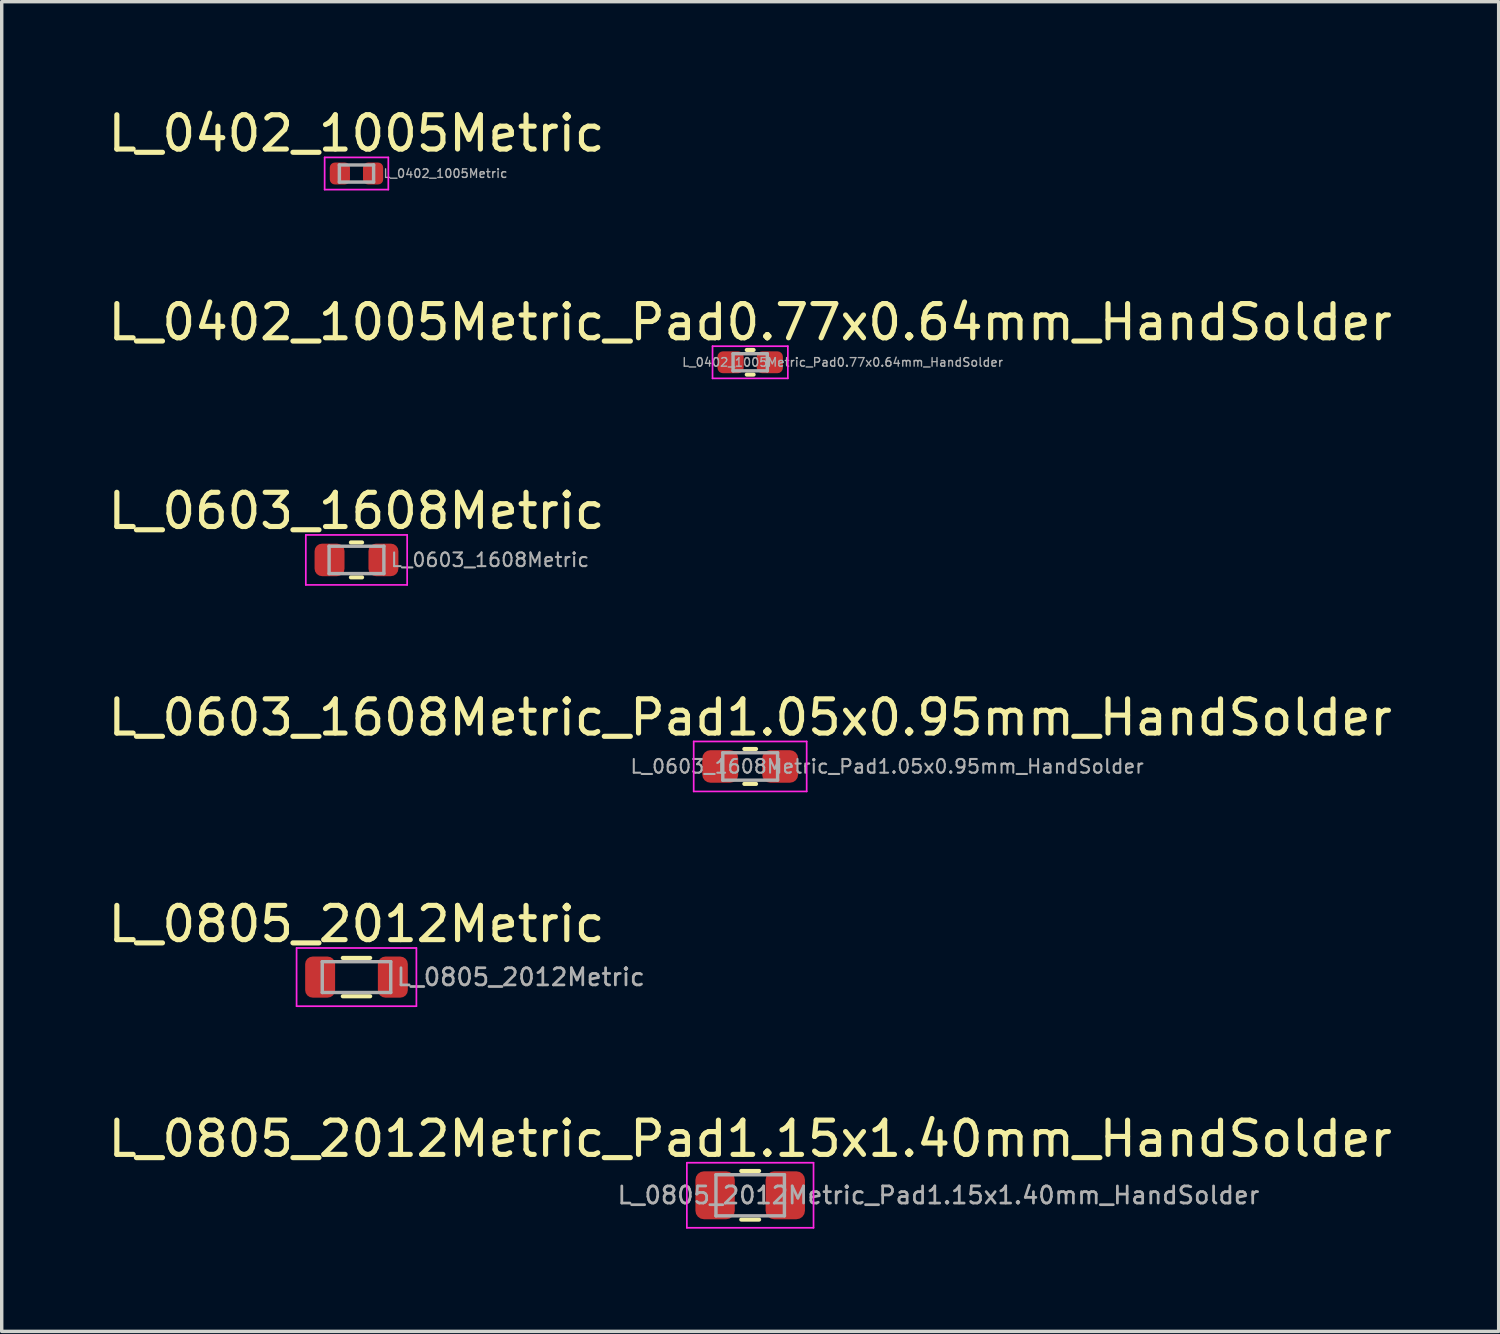
<source format=kicad_pcb>
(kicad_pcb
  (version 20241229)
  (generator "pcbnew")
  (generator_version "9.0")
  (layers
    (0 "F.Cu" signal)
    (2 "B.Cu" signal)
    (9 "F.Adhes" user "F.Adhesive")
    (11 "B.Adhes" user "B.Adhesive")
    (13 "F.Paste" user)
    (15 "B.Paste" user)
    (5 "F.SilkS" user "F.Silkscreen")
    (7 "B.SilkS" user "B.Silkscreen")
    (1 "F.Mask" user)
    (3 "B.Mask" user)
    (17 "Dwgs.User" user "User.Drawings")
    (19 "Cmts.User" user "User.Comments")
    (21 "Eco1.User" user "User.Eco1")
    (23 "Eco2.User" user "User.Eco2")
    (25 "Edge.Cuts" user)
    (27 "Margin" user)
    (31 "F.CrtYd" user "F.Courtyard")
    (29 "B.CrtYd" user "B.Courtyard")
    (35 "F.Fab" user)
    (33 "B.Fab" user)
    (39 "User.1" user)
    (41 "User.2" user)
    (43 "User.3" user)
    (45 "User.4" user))
  (footprint "L_0402_1005Metric_Pad0.77x0.64mm_HandSolder"
    (layer "F.Cu")
    (at 18.863 7.532)
    (property "Reference" "L_0402_1005Metric_Pad0.77x0.64mm_HandSolder" (at 0 -1.17 0) (layer "F.SilkS") (effects (font (size 1 1) (thickness 0.15))))
    (attr smd)
    (fp_line (start -0.1 -0.36) (end 0.1 -0.36) (stroke (width 0.12) (type solid)) (layer "F.SilkS"))
    (fp_line (start -0.1 0.36) (end 0.1 0.36) (stroke (width 0.12) (type solid)) (layer "F.SilkS"))
    (fp_line (start -1.1 -0.47) (end 1.1 -0.47) (stroke (width 0.05) (type solid)) (layer "F.CrtYd"))
    (fp_line (start -1.1 0.47) (end -1.1 -0.47) (stroke (width 0.05) (type solid)) (layer "F.CrtYd"))
    (fp_line (start 1.1 -0.47) (end 1.1 0.47) (stroke (width 0.05) (type solid)) (layer "F.CrtYd"))
    (fp_line (start 1.1 0.47) (end -1.1 0.47) (stroke (width 0.05) (type solid)) (layer "F.CrtYd"))
    (fp_line (start -0.5 -0.25) (end 0.5 -0.25) (stroke (width 0.1) (type solid)) (layer "F.Fab"))
    (fp_line (start -0.5 0.25) (end -0.5 -0.25) (stroke (width 0.1) (type solid)) (layer "F.Fab"))
    (fp_line (start 0.5 -0.25) (end 0.5 0.25) (stroke (width 0.1) (type solid)) (layer "F.Fab"))
    (fp_line (start 0.5 0.25) (end -0.5 0.25) (stroke (width 0.1) (type solid)) (layer "F.Fab"))
    (fp_text user "${REFERENCE}" (at 2.7 0 0) (layer "F.Fab") (effects (font (size 0.25 0.25) (thickness 0.04))))
    (pad "1" smd roundrect (at -0.573 0) (size 0.765 0.64) (layers "F.Cu" "F.Mask" "F.Paste") (roundrect_rratio 0.25))
    (pad "2" smd roundrect (at 0.573 0) (size 0.765 0.64) (layers "F.Cu" "F.Mask" "F.Paste") (roundrect_rratio 0.25)))
  (footprint "L_0402_1005Metric"
    (layer "F.Cu")
    (at 7.363 2.018)
    (property "Reference" "L_0402_1005Metric" (at 0 -1.17 0) (layer "F.SilkS") (effects (font (size 1 1) (thickness 0.15))))
    (attr smd)
    (fp_line (start -0.93 -0.47) (end 0.93 -0.47) (stroke (width 0.05) (type solid)) (layer "F.CrtYd"))
    (fp_line (start -0.93 0.47) (end -0.93 -0.47) (stroke (width 0.05) (type solid)) (layer "F.CrtYd"))
    (fp_line (start 0.93 -0.47) (end 0.93 0.47) (stroke (width 0.05) (type solid)) (layer "F.CrtYd"))
    (fp_line (start 0.93 0.47) (end -0.93 0.47) (stroke (width 0.05) (type solid)) (layer "F.CrtYd"))
    (fp_line (start -0.5 -0.25) (end 0.5 -0.25) (stroke (width 0.1) (type solid)) (layer "F.Fab"))
    (fp_line (start -0.5 0.25) (end -0.5 -0.25) (stroke (width 0.1) (type solid)) (layer "F.Fab"))
    (fp_line (start 0.5 -0.25) (end 0.5 0.25) (stroke (width 0.1) (type solid)) (layer "F.Fab"))
    (fp_line (start 0.5 0.25) (end -0.5 0.25) (stroke (width 0.1) (type solid)) (layer "F.Fab"))
    (fp_text user "${REFERENCE}" (at 2.6 0 0) (layer "F.Fab") (effects (font (size 0.25 0.25) (thickness 0.04))))
    (pad "1" smd roundrect (at -0.485 0) (size 0.59 0.64) (layers "F.Cu" "F.Mask" "F.Paste") (roundrect_rratio 0.25))
    (pad "2" smd roundrect (at 0.485 0) (size 0.59 0.64) (layers "F.Cu" "F.Mask" "F.Paste") (roundrect_rratio 0.25)))
  (footprint "L_0603_1608Metric"
    (layer "F.Cu")
    (at 7.363 13.305)
    (property "Reference" "L_0603_1608Metric" (at 0 -1.43 0) (layer "F.SilkS") (effects (font (size 1 1) (thickness 0.15))))
    (attr smd)
    (fp_line (start -0.163 -0.51) (end 0.163 -0.51) (stroke (width 0.12) (type solid)) (layer "F.SilkS"))
    (fp_line (start -0.163 0.51) (end 0.163 0.51) (stroke (width 0.12) (type solid)) (layer "F.SilkS"))
    (fp_line (start -1.48 -0.73) (end 1.48 -0.73) (stroke (width 0.05) (type solid)) (layer "F.CrtYd"))
    (fp_line (start -1.48 0.73) (end -1.48 -0.73) (stroke (width 0.05) (type solid)) (layer "F.CrtYd"))
    (fp_line (start 1.48 -0.73) (end 1.48 0.73) (stroke (width 0.05) (type solid)) (layer "F.CrtYd"))
    (fp_line (start 1.48 0.73) (end -1.48 0.73) (stroke (width 0.05) (type solid)) (layer "F.CrtYd"))
    (fp_line (start -0.8 -0.4) (end 0.8 -0.4) (stroke (width 0.1) (type solid)) (layer "F.Fab"))
    (fp_line (start -0.8 0.4) (end -0.8 -0.4) (stroke (width 0.1) (type solid)) (layer "F.Fab"))
    (fp_line (start 0.8 -0.4) (end 0.8 0.4) (stroke (width 0.1) (type solid)) (layer "F.Fab"))
    (fp_line (start 0.8 0.4) (end -0.8 0.4) (stroke (width 0.1) (type solid)) (layer "F.Fab"))
    (fp_text user "${REFERENCE}" (at 3.9 0 0) (layer "F.Fab") (effects (font (size 0.4 0.4) (thickness 0.06))))
    (pad "1" smd roundrect (at -0.787 0) (size 0.875 0.95) (layers "F.Cu" "F.Mask" "F.Paste") (roundrect_rratio 0.25))
    (pad "2" smd roundrect (at 0.787 0) (size 0.875 0.95) (layers "F.Cu" "F.Mask" "F.Paste") (roundrect_rratio 0.25)))
  (footprint "L_0603_1608Metric_Pad1.05x0.95mm_HandSolder"
    (layer "F.Cu")
    (at 18.863 19.338)
    (property "Reference" "L_0603_1608Metric_Pad1.05x0.95mm_HandSolder" (at 0 -1.43 0) (layer "F.SilkS") (effects (font (size 1 1) (thickness 0.15))))
    (attr smd)
    (fp_line (start -0.171 -0.51) (end 0.171 -0.51) (stroke (width 0.12) (type solid)) (layer "F.SilkS"))
    (fp_line (start -0.171 0.51) (end 0.171 0.51) (stroke (width 0.12) (type solid)) (layer "F.SilkS"))
    (fp_line (start -1.65 -0.73) (end 1.65 -0.73) (stroke (width 0.05) (type solid)) (layer "F.CrtYd"))
    (fp_line (start -1.65 0.73) (end -1.65 -0.73) (stroke (width 0.05) (type solid)) (layer "F.CrtYd"))
    (fp_line (start 1.65 -0.73) (end 1.65 0.73) (stroke (width 0.05) (type solid)) (layer "F.CrtYd"))
    (fp_line (start 1.65 0.73) (end -1.65 0.73) (stroke (width 0.05) (type solid)) (layer "F.CrtYd"))
    (fp_line (start -0.8 -0.4) (end 0.8 -0.4) (stroke (width 0.1) (type solid)) (layer "F.Fab"))
    (fp_line (start -0.8 0.4) (end -0.8 -0.4) (stroke (width 0.1) (type solid)) (layer "F.Fab"))
    (fp_line (start 0.8 -0.4) (end 0.8 0.4) (stroke (width 0.1) (type solid)) (layer "F.Fab"))
    (fp_line (start 0.8 0.4) (end -0.8 0.4) (stroke (width 0.1) (type solid)) (layer "F.Fab"))
    (fp_text user "${REFERENCE}" (at 4 0 0) (layer "F.Fab") (effects (font (size 0.4 0.4) (thickness 0.06))))
    (pad "1" smd roundrect (at -0.875 0) (size 1.05 0.95) (layers "F.Cu" "F.Mask" "F.Paste") (roundrect_rratio 0.25))
    (pad "2" smd roundrect (at 0.875 0) (size 1.05 0.95) (layers "F.Cu" "F.Mask" "F.Paste") (roundrect_rratio 0.25)))
  (footprint "L_0805_2012Metric_Pad1.15x1.40mm_HandSolder"
    (layer "F.Cu")
    (at 18.863 31.864)
    (property "Reference" "L_0805_2012Metric_Pad1.15x1.40mm_HandSolder" (at 0 -1.65 0) (layer "F.SilkS") (effects (font (size 1 1) (thickness 0.15))))
    (attr smd)
    (fp_line (start -0.261 -0.71) (end 0.261 -0.71) (stroke (width 0.12) (type solid)) (layer "F.SilkS"))
    (fp_line (start -0.261 0.71) (end 0.261 0.71) (stroke (width 0.12) (type solid)) (layer "F.SilkS"))
    (fp_line (start -1.85 -0.95) (end 1.85 -0.95) (stroke (width 0.05) (type solid)) (layer "F.CrtYd"))
    (fp_line (start -1.85 0.95) (end -1.85 -0.95) (stroke (width 0.05) (type solid)) (layer "F.CrtYd"))
    (fp_line (start 1.85 -0.95) (end 1.85 0.95) (stroke (width 0.05) (type solid)) (layer "F.CrtYd"))
    (fp_line (start 1.85 0.95) (end -1.85 0.95) (stroke (width 0.05) (type solid)) (layer "F.CrtYd"))
    (fp_line (start -1 -0.6) (end 1 -0.6) (stroke (width 0.1) (type solid)) (layer "F.Fab"))
    (fp_line (start -1 0.6) (end -1 -0.6) (stroke (width 0.1) (type solid)) (layer "F.Fab"))
    (fp_line (start 1 -0.6) (end 1 0.6) (stroke (width 0.1) (type solid)) (layer "F.Fab"))
    (fp_line (start 1 0.6) (end -1 0.6) (stroke (width 0.1) (type solid)) (layer "F.Fab"))
    (fp_text user "${REFERENCE}" (at 5.5 0 0) (layer "F.Fab") (effects (font (size 0.5 0.5) (thickness 0.08))))
    (pad "1" smd roundrect (at -1.025 0) (size 1.15 1.4) (layers "F.Cu" "F.Mask" "F.Paste") (roundrect_rratio 0.217))
    (pad "2" smd roundrect (at 1.025 0) (size 1.15 1.4) (layers "F.Cu" "F.Mask" "F.Paste") (roundrect_rratio 0.217)))
  (footprint "L_0805_2012Metric"
    (layer "F.Cu")
    (at 7.363 25.491)
    (property "Reference" "L_0805_2012Metric" (at 0 -1.55 0) (layer "F.SilkS") (effects (font (size 1 1) (thickness 0.15))))
    (attr smd)
    (fp_line (start -0.4 -0.56) (end 0.4 -0.56) (stroke (width 0.12) (type solid)) (layer "F.SilkS"))
    (fp_line (start -0.4 0.56) (end 0.4 0.56) (stroke (width 0.12) (type solid)) (layer "F.SilkS"))
    (fp_line (start -1.75 -0.85) (end 1.75 -0.85) (stroke (width 0.05) (type solid)) (layer "F.CrtYd"))
    (fp_line (start -1.75 0.85) (end -1.75 -0.85) (stroke (width 0.05) (type solid)) (layer "F.CrtYd"))
    (fp_line (start 1.75 -0.85) (end 1.75 0.85) (stroke (width 0.05) (type solid)) (layer "F.CrtYd"))
    (fp_line (start 1.75 0.85) (end -1.75 0.85) (stroke (width 0.05) (type solid)) (layer "F.CrtYd"))
    (fp_line (start -1 -0.45) (end 1 -0.45) (stroke (width 0.1) (type solid)) (layer "F.Fab"))
    (fp_line (start -1 0.45) (end -1 -0.45) (stroke (width 0.1) (type solid)) (layer "F.Fab"))
    (fp_line (start 1 -0.45) (end 1 0.45) (stroke (width 0.1) (type solid)) (layer "F.Fab"))
    (fp_line (start 1 0.45) (end -1 0.45) (stroke (width 0.1) (type solid)) (layer "F.Fab"))
    (fp_text user "${REFERENCE}" (at 4.8 0 0) (layer "F.Fab") (effects (font (size 0.5 0.5) (thickness 0.08))))
    (pad "1" smd roundrect (at -1.062 0) (size 0.875 1.2) (layers "F.Cu" "F.Mask" "F.Paste") (roundrect_rratio 0.25))
    (pad "2" smd roundrect (at 1.062 0) (size 0.875 1.2) (layers "F.Cu" "F.Mask" "F.Paste") (roundrect_rratio 0.25)))
  (gr_rect
    (start -3 -3)
    (end 40.726 35.84)
    (stroke (width 0.1) (type default))
    (fill no)
    (layer "Edge.Cuts")))
</source>
